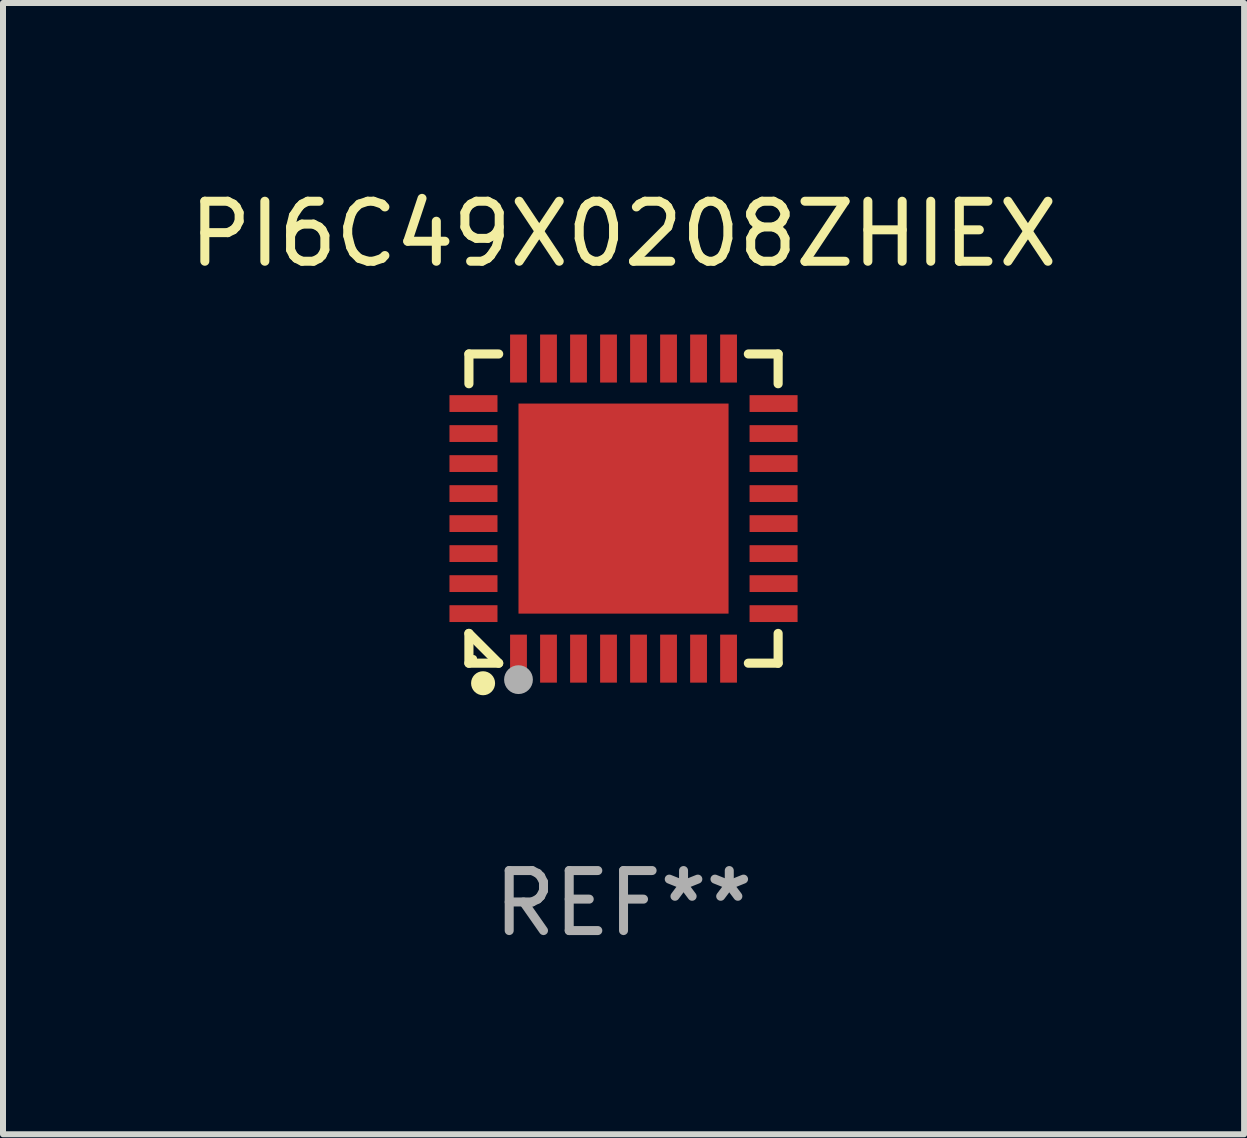
<source format=kicad_pcb>
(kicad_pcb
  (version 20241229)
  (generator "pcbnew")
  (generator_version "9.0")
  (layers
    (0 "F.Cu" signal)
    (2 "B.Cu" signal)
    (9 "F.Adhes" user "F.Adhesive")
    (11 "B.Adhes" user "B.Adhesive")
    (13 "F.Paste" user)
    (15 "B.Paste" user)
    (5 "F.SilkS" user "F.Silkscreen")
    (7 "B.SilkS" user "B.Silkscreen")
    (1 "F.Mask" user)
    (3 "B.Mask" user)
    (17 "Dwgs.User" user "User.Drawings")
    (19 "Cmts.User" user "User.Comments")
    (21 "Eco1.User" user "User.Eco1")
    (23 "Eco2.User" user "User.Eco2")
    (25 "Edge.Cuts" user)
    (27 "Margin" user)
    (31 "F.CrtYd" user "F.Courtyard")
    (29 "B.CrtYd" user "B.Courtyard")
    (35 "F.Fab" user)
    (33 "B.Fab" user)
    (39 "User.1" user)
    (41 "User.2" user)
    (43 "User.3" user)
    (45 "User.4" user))
  (footprint "PI6C49X0208ZHIEX"
    (layer "F.Cu")
    (at 7.339 5.424)
    (property "Reference" "PI6C49X0208ZHIEX" (at 0 -4.576 0) (layer "F.SilkS") (effects (font (size 1 1) (thickness 0.15))))
    (attr through_hole)
    (fp_line (start -2.576 -2.576) (end -2.08 -2.576) (stroke (width 0.152) (type solid)) (layer "F.SilkS"))
    (fp_line (start -2.576 -2.08) (end -2.576 -2.576) (stroke (width 0.152) (type solid)) (layer "F.SilkS"))
    (fp_line (start -2.576 2.08) (end -2.576 2.576) (stroke (width 0.152) (type solid)) (layer "F.SilkS"))
    (fp_line (start -2.576 2.08) (end -2.08 2.576) (stroke (width 0.152) (type solid)) (layer "F.SilkS"))
    (fp_line (start -2.576 2.576) (end -2.08 2.576) (stroke (width 0.152) (type solid)) (layer "F.SilkS"))
    (fp_line (start 2.576 -2.576) (end 2.08 -2.576) (stroke (width 0.152) (type solid)) (layer "F.SilkS"))
    (fp_line (start 2.576 -2.08) (end 2.576 -2.576) (stroke (width 0.152) (type solid)) (layer "F.SilkS"))
    (fp_line (start 2.576 2.08) (end 2.576 2.576) (stroke (width 0.152) (type solid)) (layer "F.SilkS"))
    (fp_line (start 2.576 2.576) (end 2.08 2.576) (stroke (width 0.152) (type solid)) (layer "F.SilkS"))
    (fp_circle (center -2.5 2.5) (end -2.47 2.5) (stroke (width 0.06) (type solid)) (fill no) (layer "F.SilkS"))
    (fp_circle (center -2.34 2.91) (end -2.24 2.91) (stroke (width 0.2) (type solid)) (fill no) (layer "F.SilkS"))
    (fp_circle (center -1.75 2.85) (end -1.63 2.85) (stroke (width 0.24) (type solid)) (fill no) (layer "F.Fab"))
    (fp_text user "REF**" (at 0 6.576 0) (layer "F.Fab") (effects (font (size 1 1) (thickness 0.15))))
    (pad "1" smd rect (at -1.75 2.5) (size 0.28 0.8) (layers "F.Cu" "F.Mask" "F.Paste"))
    (pad "2" smd rect (at -1.25 2.5) (size 0.28 0.8) (layers "F.Cu" "F.Mask" "F.Paste"))
    (pad "3" smd rect (at -0.75 2.5) (size 0.28 0.8) (layers "F.Cu" "F.Mask" "F.Paste"))
    (pad "4" smd rect (at -0.25 2.5) (size 0.28 0.8) (layers "F.Cu" "F.Mask" "F.Paste"))
    (pad "5" smd rect (at 0.25 2.5) (size 0.28 0.8) (layers "F.Cu" "F.Mask" "F.Paste"))
    (pad "6" smd rect (at 0.75 2.5) (size 0.28 0.8) (layers "F.Cu" "F.Mask" "F.Paste"))
    (pad "7" smd rect (at 1.25 2.5) (size 0.28 0.8) (layers "F.Cu" "F.Mask" "F.Paste"))
    (pad "8" smd rect (at 1.75 2.5) (size 0.28 0.8) (layers "F.Cu" "F.Mask" "F.Paste"))
    (pad "9" smd rect (at 2.5 1.75) (size 0.8 0.28) (layers "F.Cu" "F.Mask" "F.Paste"))
    (pad "10" smd rect (at 2.5 1.25) (size 0.8 0.28) (layers "F.Cu" "F.Mask" "F.Paste"))
    (pad "11" smd rect (at 2.5 0.75) (size 0.8 0.28) (layers "F.Cu" "F.Mask" "F.Paste"))
    (pad "12" smd rect (at 2.5 0.25) (size 0.8 0.28) (layers "F.Cu" "F.Mask" "F.Paste"))
    (pad "13" smd rect (at 2.5 -0.25) (size 0.8 0.28) (layers "F.Cu" "F.Mask" "F.Paste"))
    (pad "14" smd rect (at 2.5 -0.75) (size 0.8 0.28) (layers "F.Cu" "F.Mask" "F.Paste"))
    (pad "15" smd rect (at 2.5 -1.25) (size 0.8 0.28) (layers "F.Cu" "F.Mask" "F.Paste"))
    (pad "16" smd rect (at 2.5 -1.75) (size 0.8 0.28) (layers "F.Cu" "F.Mask" "F.Paste"))
    (pad "17" smd rect (at 1.75 -2.5) (size 0.28 0.8) (layers "F.Cu" "F.Mask" "F.Paste"))
    (pad "18" smd rect (at 1.25 -2.5) (size 0.28 0.8) (layers "F.Cu" "F.Mask" "F.Paste"))
    (pad "19" smd rect (at 0.75 -2.5) (size 0.28 0.8) (layers "F.Cu" "F.Mask" "F.Paste"))
    (pad "20" smd rect (at 0.25 -2.5) (size 0.28 0.8) (layers "F.Cu" "F.Mask" "F.Paste"))
    (pad "21" smd rect (at -0.25 -2.5) (size 0.28 0.8) (layers "F.Cu" "F.Mask" "F.Paste"))
    (pad "22" smd rect (at -0.75 -2.5) (size 0.28 0.8) (layers "F.Cu" "F.Mask" "F.Paste"))
    (pad "23" smd rect (at -1.25 -2.5) (size 0.28 0.8) (layers "F.Cu" "F.Mask" "F.Paste"))
    (pad "24" smd rect (at -1.75 -2.5) (size 0.28 0.8) (layers "F.Cu" "F.Mask" "F.Paste"))
    (pad "25" smd rect (at -2.5 -1.75) (size 0.8 0.28) (layers "F.Cu" "F.Mask" "F.Paste"))
    (pad "26" smd rect (at -2.5 -1.25) (size 0.8 0.28) (layers "F.Cu" "F.Mask" "F.Paste"))
    (pad "27" smd rect (at -2.5 -0.75) (size 0.8 0.28) (layers "F.Cu" "F.Mask" "F.Paste"))
    (pad "28" smd rect (at -2.5 -0.25) (size 0.8 0.28) (layers "F.Cu" "F.Mask" "F.Paste"))
    (pad "29" smd rect (at -2.5 0.25) (size 0.8 0.28) (layers "F.Cu" "F.Mask" "F.Paste"))
    (pad "30" smd rect (at -2.5 0.75) (size 0.8 0.28) (layers "F.Cu" "F.Mask" "F.Paste"))
    (pad "31" smd rect (at -2.5 1.25) (size 0.8 0.28) (layers "F.Cu" "F.Mask" "F.Paste"))
    (pad "32" smd rect (at -2.5 1.75) (size 0.8 0.28) (layers "F.Cu" "F.Mask" "F.Paste"))
    (pad "33" smd rect (at 0 0) (size 3.5 3.5) (layers "F.Cu" "F.Mask" "F.Paste")))
  (gr_rect
    (start -3 -3)
    (end 17.679 15.849)
    (stroke (width 0.1) (type default))
    (fill no)
    (layer "Edge.Cuts")))
</source>
